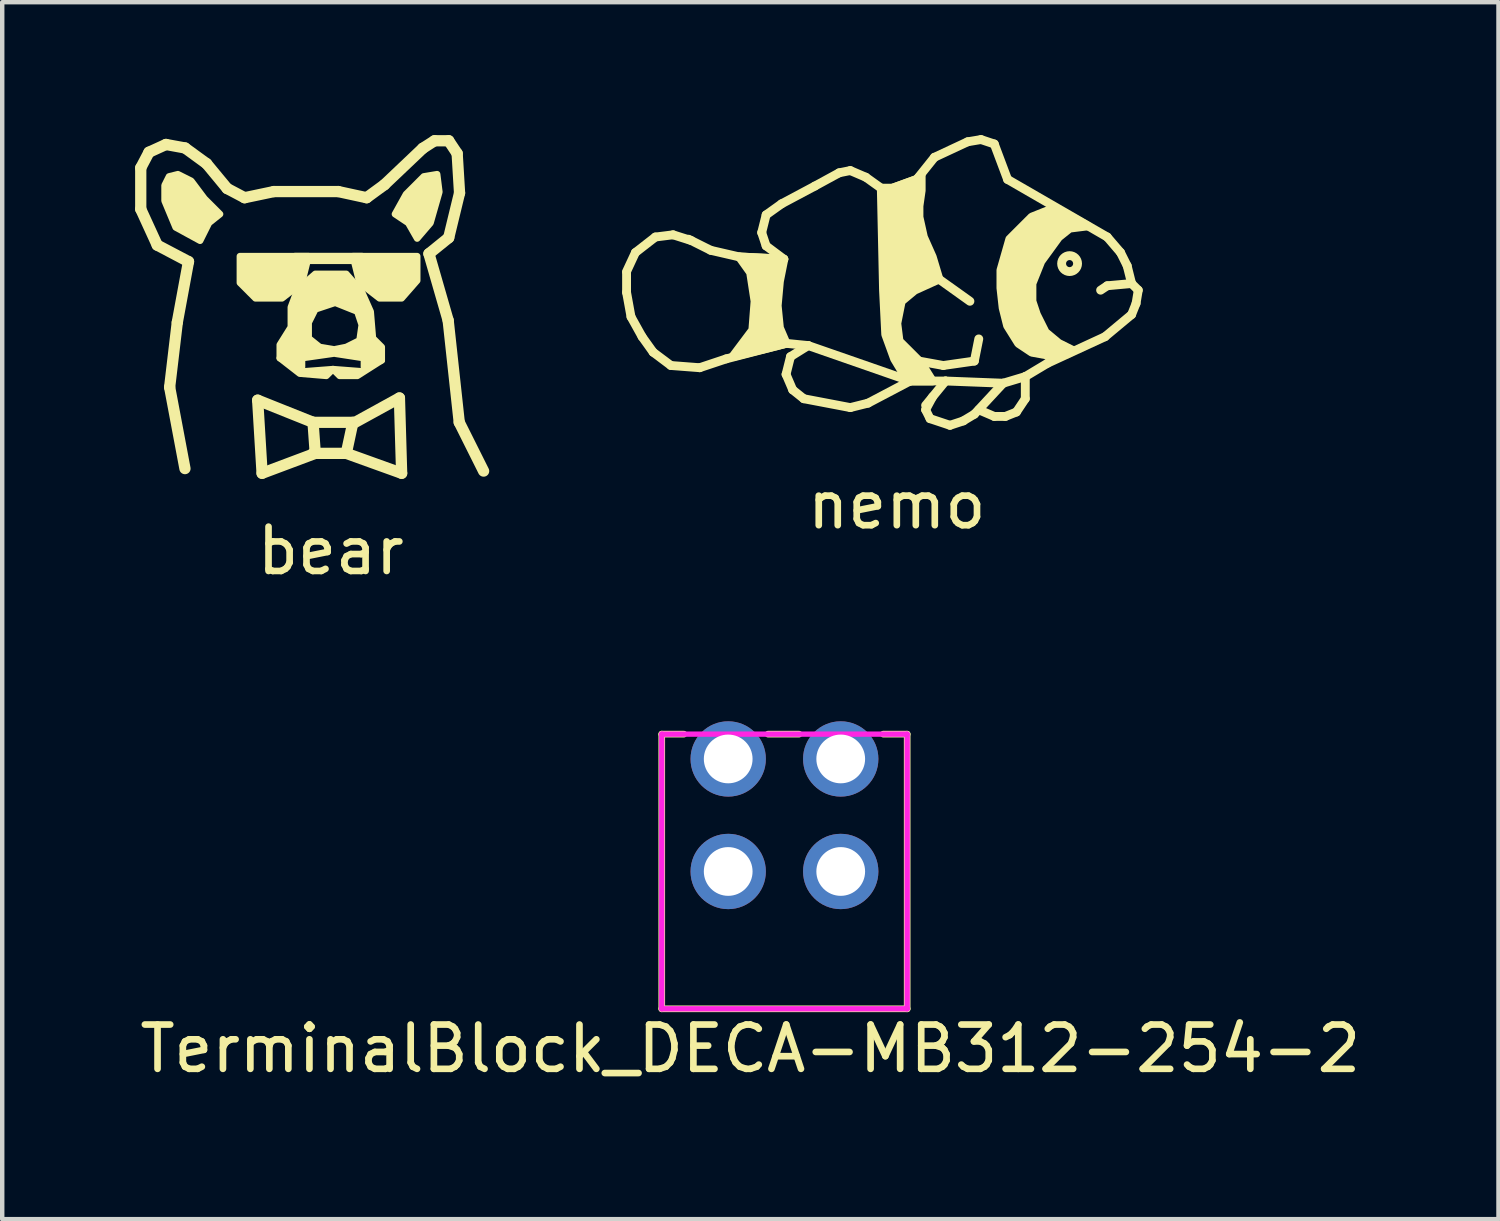
<source format=kicad_pcb>
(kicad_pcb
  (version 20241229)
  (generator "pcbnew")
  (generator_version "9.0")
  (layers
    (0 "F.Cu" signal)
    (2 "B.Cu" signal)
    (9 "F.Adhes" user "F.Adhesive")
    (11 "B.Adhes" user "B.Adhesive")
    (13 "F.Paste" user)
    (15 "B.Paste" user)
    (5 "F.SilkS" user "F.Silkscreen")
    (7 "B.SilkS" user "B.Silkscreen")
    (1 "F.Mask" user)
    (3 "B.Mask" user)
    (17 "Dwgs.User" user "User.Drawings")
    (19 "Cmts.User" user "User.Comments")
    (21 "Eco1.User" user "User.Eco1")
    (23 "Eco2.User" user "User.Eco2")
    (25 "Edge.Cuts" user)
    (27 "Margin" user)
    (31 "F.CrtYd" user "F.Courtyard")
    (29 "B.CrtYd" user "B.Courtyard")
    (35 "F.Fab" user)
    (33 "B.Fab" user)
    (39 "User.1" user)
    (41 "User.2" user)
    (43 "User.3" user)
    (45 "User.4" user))
  (footprint "nemo"
    (layer "F.Cu")
    (at 17.193 5.7)
    (property "Reference" "nemo" (at 0 2.65 0) (layer "F.SilkS") (effects (font (size 1 1) (thickness 0.15))))
    (attr through_hole)
    (fp_line (start -6.1 -2.621) (end -5.9 -3.05) (stroke (width 0.2) (type solid)) (layer "F.SilkS"))
    (fp_line (start -6.1 -2.15) (end -6.1 -2.6) (stroke (width 0.2) (type solid)) (layer "F.SilkS"))
    (fp_line (start -6 -1.6) (end -6.1 -2.15) (stroke (width 0.2) (type solid)) (layer "F.SilkS"))
    (fp_line (start -5.9 -3.05) (end -5.45 -3.4) (stroke (width 0.2) (type solid)) (layer "F.SilkS"))
    (fp_line (start -5.75 -1.15) (end -6 -1.6) (stroke (width 0.2) (type solid)) (layer "F.SilkS"))
    (fp_line (start -5.5 -0.8) (end -5.75 -1.15) (stroke (width 0.2) (type solid)) (layer "F.SilkS"))
    (fp_line (start -5.45 -3.4) (end -5.05 -3.45) (stroke (width 0.2) (type solid)) (layer "F.SilkS"))
    (fp_line (start -5.1 -0.5) (end -5.5 -0.8) (stroke (width 0.2) (type solid)) (layer "F.SilkS"))
    (fp_line (start -5.05 -3.45) (end -4.64 -3.32) (stroke (width 0.2) (type solid)) (layer "F.SilkS"))
    (fp_line (start -4.7 -3.35) (end -4.2 -3.1) (stroke (width 0.2) (type solid)) (layer "F.SilkS"))
    (fp_line (start -4.45 -0.45) (end -5.1 -0.5) (stroke (width 0.2) (type solid)) (layer "F.SilkS"))
    (fp_line (start -4.2 -3.1) (end -3.55 -2.95) (stroke (width 0.2) (type solid)) (layer "F.SilkS"))
    (fp_line (start -3.85 -0.65) (end -4.45 -0.45) (stroke (width 0.2) (type solid)) (layer "F.SilkS"))
    (fp_line (start -3.55 -2.95) (end -2.55 -2.9) (stroke (width 0.2) (type solid)) (layer "F.SilkS"))
    (fp_line (start -3.05 -3.5) (end -2.95 -3.9) (stroke (width 0.2) (type solid)) (layer "F.SilkS"))
    (fp_line (start -2.95 -3.9) (end -2.6 -4.15) (stroke (width 0.2) (type solid)) (layer "F.SilkS"))
    (fp_line (start -2.95 -3.2) (end -3.05 -3.5) (stroke (width 0.2) (type solid)) (layer "F.SilkS"))
    (fp_line (start -2.6 -4.15) (end -1.85 -4.55) (stroke (width 0.2) (type solid)) (layer "F.SilkS"))
    (fp_line (start -2.55 -2.9) (end -2.95 -3.2) (stroke (width 0.2) (type solid)) (layer "F.SilkS"))
    (fp_line (start -2.5 -1) (end -3.85 -0.65) (stroke (width 0.2) (type solid)) (layer "F.SilkS"))
    (fp_line (start -2.5 -0.3) (end -2.4 -0.7) (stroke (width 0.2) (type solid)) (layer "F.SilkS"))
    (fp_line (start -2.4 -0.7) (end -2 -0.95) (stroke (width 0.2) (type solid)) (layer "F.SilkS"))
    (fp_line (start -2.35 0.05) (end -2.5 -0.3) (stroke (width 0.2) (type solid)) (layer "F.SilkS"))
    (fp_line (start -2.1 0.25) (end -2.35 0.05) (stroke (width 0.2) (type solid)) (layer "F.SilkS"))
    (fp_line (start -2 -0.95) (end -2.5 -1) (stroke (width 0.2) (type solid)) (layer "F.SilkS"))
    (fp_line (start -1.85 -4.55) (end -1.3 -4.85) (stroke (width 0.2) (type solid)) (layer "F.SilkS"))
    (fp_line (start -1.3 -4.85) (end -1.05 -4.9) (stroke (width 0.2) (type solid)) (layer "F.SilkS"))
    (fp_line (start -1.05 -4.9) (end -0.7 -4.75) (stroke (width 0.2) (type solid)) (layer "F.SilkS"))
    (fp_line (start -1.05 0.45) (end -2.1 0.25) (stroke (width 0.2) (type solid)) (layer "F.SilkS"))
    (fp_line (start -0.7 -4.75) (end -0.35 -4.5) (stroke (width 0.2) (type solid)) (layer "F.SilkS"))
    (fp_line (start -0.65 0.35) (end -1.05 0.45) (stroke (width 0.2) (type solid)) (layer "F.SilkS"))
    (fp_line (start -0.35 -4.5) (end -0.1 -4.5) (stroke (width 0.2) (type solid)) (layer "F.SilkS"))
    (fp_line (start -0.1 -4.5) (end 0.45 -4.7) (stroke (width 0.2) (type solid)) (layer "F.SilkS"))
    (fp_line (start 0.3 -0.15) (end -2 -0.95) (stroke (width 0.2) (type solid)) (layer "F.SilkS"))
    (fp_line (start 0.3 -0.15) (end -0.65 0.35) (stroke (width 0.2) (type solid)) (layer "F.SilkS"))
    (fp_line (start 0.45 -4.7) (end 0.85 -5.2) (stroke (width 0.2) (type solid)) (layer "F.SilkS"))
    (fp_line (start 0.5 -0.6) (end 1.05 -0.5) (stroke (width 0.2) (type solid)) (layer "F.SilkS"))
    (fp_line (start 0.65 0.4) (end 1.1 -0.15) (stroke (width 0.2) (type solid)) (layer "F.SilkS"))
    (fp_line (start 0.65 0.5) (end 0.808 0.207) (stroke (width 0.2) (type solid)) (layer "F.SilkS"))
    (fp_line (start 0.75 0.7) (end 0.65 0.5) (stroke (width 0.2) (type solid)) (layer "F.SilkS"))
    (fp_line (start 0.85 -5.2) (end 1.6 -5.55) (stroke (width 0.2) (type solid)) (layer "F.SilkS"))
    (fp_line (start 0.95 -2.45) (end 1.65 -1.95) (stroke (width 0.2) (type solid)) (layer "F.SilkS"))
    (fp_line (start 1.05 -0.5) (end 1.75 -0.6) (stroke (width 0.2) (type solid)) (layer "F.SilkS"))
    (fp_line (start 1.1 -0.15) (end 0.3 -0.15) (stroke (width 0.2) (type solid)) (layer "F.SilkS"))
    (fp_line (start 1.1 -0.15) (end 2.4 -0.1) (stroke (width 0.2) (type solid)) (layer "F.SilkS"))
    (fp_line (start 1.2 0.85) (end 0.75 0.7) (stroke (width 0.2) (type solid)) (layer "F.SilkS"))
    (fp_line (start 1.505 0.75) (end 1.2 0.85) (stroke (width 0.2) (type solid)) (layer "F.SilkS"))
    (fp_line (start 1.6 -5.55) (end 1.9 -5.6) (stroke (width 0.2) (type solid)) (layer "F.SilkS"))
    (fp_line (start 1.75 -0.6) (end 1.85 -1.1) (stroke (width 0.2) (type solid)) (layer "F.SilkS"))
    (fp_line (start 1.75 0.6) (end 1.5 0.75) (stroke (width 0.2) (type solid)) (layer "F.SilkS"))
    (fp_line (start 1.9 -5.6) (end 2.2 -5.5) (stroke (width 0.2) (type solid)) (layer "F.SilkS"))
    (fp_line (start 2.2 -5.5) (end 2.5 -4.7) (stroke (width 0.2) (type solid)) (layer "F.SilkS"))
    (fp_line (start 2.2 0.65) (end 1.85 0.5) (stroke (width 0.2) (type solid)) (layer "F.SilkS"))
    (fp_line (start 2.4 -0.1) (end 1.75 0.6) (stroke (width 0.2) (type solid)) (layer "F.SilkS"))
    (fp_line (start 2.45 0.65) (end 2.2 0.65) (stroke (width 0.2) (type solid)) (layer "F.SilkS"))
    (fp_line (start 2.5 -4.7) (end 4.75 -3.4) (stroke (width 0.2) (type solid)) (layer "F.SilkS"))
    (fp_line (start 2.7 0.55) (end 2.45 0.65) (stroke (width 0.2) (type solid)) (layer "F.SilkS"))
    (fp_line (start 2.9 -0.25) (end 2.4 -0.1) (stroke (width 0.2) (type solid)) (layer "F.SilkS"))
    (fp_line (start 2.9 -0.25) (end 2.9 0.25) (stroke (width 0.2) (type solid)) (layer "F.SilkS"))
    (fp_line (start 2.9 0.25) (end 2.7 0.55) (stroke (width 0.2) (type solid)) (layer "F.SilkS"))
    (fp_line (start 3.4 -0.55) (end 2.9 -0.25) (stroke (width 0.2) (type solid)) (layer "F.SilkS"))
    (fp_line (start 4.7 -1.15) (end 3.4 -0.55) (stroke (width 0.2) (type solid)) (layer "F.SilkS"))
    (fp_line (start 4.75 -3.4) (end 5.05 -3.05) (stroke (width 0.2) (type solid)) (layer "F.SilkS"))
    (fp_line (start 4.75 -2.3) (end 4.6 -2.2) (stroke (width 0.2) (type solid)) (layer "F.SilkS"))
    (fp_line (start 5.05 -3.05) (end 5.2 -2.75) (stroke (width 0.2) (type solid)) (layer "F.SilkS"))
    (fp_line (start 5.2 -2.75) (end 5.3 -2.35) (stroke (width 0.2) (type solid)) (layer "F.SilkS"))
    (fp_line (start 5.3 -2.35) (end 4.75 -2.3) (stroke (width 0.2) (type solid)) (layer "F.SilkS"))
    (fp_line (start 5.3 -2.35) (end 5.45 -2.2) (stroke (width 0.2) (type solid)) (layer "F.SilkS"))
    (fp_line (start 5.3 -1.65) (end 4.7 -1.15) (stroke (width 0.2) (type solid)) (layer "F.SilkS"))
    (fp_line (start 5.4 -1.9) (end 5.3 -1.65) (stroke (width 0.2) (type solid)) (layer "F.SilkS"))
    (fp_line (start 5.45 -2.2) (end 5.4 -1.9) (stroke (width 0.2) (type solid)) (layer "F.SilkS"))
    (fp_circle (center 3.9 -2.8) (end 4.08 -2.8) (stroke (width 0.2) (type solid)) (fill no) (layer "F.SilkS"))
    (fp_poly (pts (xy -2.55 -2.9) (xy -2.65 -2.4) (xy -2.7 -1.85) (xy -2.65 -1.35) (xy -2.5 -1) (xy -3.7 -0.7) (xy -3.25 -1.3) (xy -3.2 -1.95) (xy -3.3 -2.6) (xy -3.55 -2.95)) (stroke (width 0.2) (type solid)) (fill yes) (layer "F.SilkS"))
    (fp_poly (pts (xy 0.55 -4.45) (xy 0.5 -4.1) (xy 0.5 -3.85) (xy 0.6 -3.4) (xy 0.8 -2.95) (xy 0.95 -2.45) (xy 0.4 -2.2) (xy 0.1 -1.95) (xy 0 -1.45) (xy 0.05 -1.05) (xy 0.55 -0.55) (xy 0.8 -0.15) (xy 0.25 -0.15) (xy -0.05 -0.65) (xy -0.25 -1.2) (xy -0.3 -2.2) (xy -0.35 -4.5) (xy -0.1 -4.5) (xy 0.45 -4.7) (xy 0.55 -4.8)) (stroke (width 0.2) (type solid)) (fill yes) (layer "F.SilkS"))
    (fp_poly (pts (xy 3.85 -3.9) (xy 4.3 -3.65) (xy 3.9 -3.6) (xy 3.65 -3.4) (xy 3.25 -2.85) (xy 3.05 -2.35) (xy 3.05 -1.95) (xy 3.15 -1.65) (xy 3.35 -1.25) (xy 3.65 -1) (xy 3.95 -0.85) (xy 3.6 -0.7) (xy 3.05 -0.8) (xy 2.75 -1) (xy 2.5 -1.4) (xy 2.4 -1.8) (xy 2.35 -2.25) (xy 2.35 -2.65) (xy 2.55 -3.35) (xy 3.05 -3.85) (xy 3.55 -4.05)) (stroke (width 0.2) (type solid)) (fill yes) (layer "F.SilkS")))
  (footprint "TerminalBlock_DECA-MB312-254-2"
    (layer "F.Cu")
    (at 13.387 16.621)
    (property "Reference" "TerminalBlock_DECA-MB312-254-2" (at 0.5 4 0) (layer "F.SilkS") (effects (font (size 1 1) (thickness 0.15))))
    (attr through_hole)
    (fp_line (start -1.5 -3.1) (end -1.5 3.1) (stroke (width 0.15) (type solid)) (layer "F.SilkS"))
    (fp_line (start -1.5 3.1) (end 4.04 3.1) (stroke (width 0.15) (type solid)) (layer "F.SilkS"))
    (fp_line (start -1 -3.1) (end -1.5 -3.1) (stroke (width 0.15) (type solid)) (layer "F.SilkS"))
    (fp_line (start 0.9 -3.1) (end 1.6 -3.1) (stroke (width 0.15) (type solid)) (layer "F.SilkS"))
    (fp_line (start 4.04 -3.1) (end 3.5 -3.1) (stroke (width 0.15) (type solid)) (layer "F.SilkS"))
    (fp_line (start 4.04 3.1) (end 4.04 -3.1) (stroke (width 0.15) (type solid)) (layer "F.SilkS"))
    (fp_line (start -1.5 -3.1) (end 4.04 -3.1) (stroke (width 0.12) (type solid)) (layer "F.CrtYd"))
    (fp_line (start -1.5 3.1) (end -1.5 -3.1) (stroke (width 0.12) (type solid)) (layer "F.CrtYd"))
    (fp_line (start 4.04 -3.1) (end 4.04 3.1) (stroke (width 0.12) (type solid)) (layer "F.CrtYd"))
    (fp_line (start 4.04 3.1) (end -1.5 3.1) (stroke (width 0.12) (type solid)) (layer "F.CrtYd"))
    (pad "1" thru_hole circle (at 0 0) (size 1.7 1.7) (drill 1.1) (layers "*.Cu" "*.Mask"))
    (pad "2" thru_hole circle (at 2.54 0) (size 1.7 1.7) (drill 1.1) (layers "*.Cu" "*.Mask"))
    (pad "mnt" thru_hole circle (at 0 -2.54) (size 1.7 1.7) (drill 1.1) (layers "*.Cu" "*.Mask"))
    (pad "mnt" thru_hole circle (at 2.54 -2.54) (size 1.7 1.7) (drill 1.1) (layers "*.Cu" "*.Mask")))
  (footprint "bear"
    (layer "F.Cu")
    (at 4.316 6.633)
    (property "Reference" "bear" (at 0.1 2.75 0) (layer "F.SilkS") (effects (font (size 1 1) (thickness 0.15))))
    (attr through_hole)
    (fp_line (start -4.189 -5.894) (end -4.003 -6.247) (stroke (width 0.254) (type solid)) (layer "F.SilkS"))
    (fp_line (start -4.189 -4.962) (end -4.189 -5.894) (stroke (width 0.254) (type solid)) (layer "F.SilkS"))
    (fp_line (start -4.003 -6.247) (end -3.62 -6.422) (stroke (width 0.254) (type solid)) (layer "F.SilkS"))
    (fp_line (start -3.817 -4.15) (end -4.189 -4.962) (stroke (width 0.254) (type solid)) (layer "F.SilkS"))
    (fp_line (start -3.62 -6.422) (end -3.189 -6.343) (stroke (width 0.254) (type solid)) (layer "F.SilkS"))
    (fp_line (start -3.537 -0.943) (end -3.364 -2.407) (stroke (width 0.254) (type solid)) (layer "F.SilkS"))
    (fp_line (start -3.364 -2.407) (end -3.111 -3.778) (stroke (width 0.254) (type solid)) (layer "F.SilkS"))
    (fp_line (start -3.191 0.894) (end -3.537 -0.943) (stroke (width 0.254) (type solid)) (layer "F.SilkS"))
    (fp_line (start -3.189 -6.343) (end -2.703 -5.989) (stroke (width 0.254) (type solid)) (layer "F.SilkS"))
    (fp_line (start -3.111 -3.778) (end -3.817 -4.15) (stroke (width 0.254) (type solid)) (layer "F.SilkS"))
    (fp_line (start -2.703 -5.989) (end -2.239 -5.428) (stroke (width 0.254) (type solid)) (layer "F.SilkS"))
    (fp_line (start -2.239 -5.428) (end -1.845 -5.22) (stroke (width 0.254) (type solid)) (layer "F.SilkS"))
    (fp_line (start -1.845 -5.22) (end -1.184 -5.359) (stroke (width 0.254) (type solid)) (layer "F.SilkS"))
    (fp_line (start -1.55 -0.65) (end -1.45 1) (stroke (width 0.254) (type solid)) (layer "F.SilkS"))
    (fp_line (start -1.55 -0.65) (end -0.3 -0.15) (stroke (width 0.254) (type solid)) (layer "F.SilkS"))
    (fp_line (start -1.184 -5.359) (end 0.269 -5.359) (stroke (width 0.254) (type solid)) (layer "F.SilkS"))
    (fp_line (start -0.7 -3.85) (end 0.8 -3.85) (stroke (width 0.254) (type solid)) (layer "F.SilkS"))
    (fp_line (start -0.3 -0.15) (end 0.6 -0.15) (stroke (width 0.254) (type solid)) (layer "F.SilkS"))
    (fp_line (start -0.25 0.55) (end -1.45 1) (stroke (width 0.254) (type solid)) (layer "F.SilkS"))
    (fp_line (start -0.25 0.55) (end -0.3 -0.15) (stroke (width 0.254) (type solid)) (layer "F.SilkS"))
    (fp_line (start 0.269 -5.359) (end 0.91 -5.22) (stroke (width 0.254) (type solid)) (layer "F.SilkS"))
    (fp_line (start 0.45 0.55) (end -0.3 0.55) (stroke (width 0.254) (type solid)) (layer "F.SilkS"))
    (fp_line (start 0.45 0.55) (end 0.6 -0.15) (stroke (width 0.254) (type solid)) (layer "F.SilkS"))
    (fp_line (start 0.65 -0.15) (end 1.65 -0.7) (stroke (width 0.254) (type solid)) (layer "F.SilkS"))
    (fp_line (start 0.91 -5.22) (end 1.311 -5.513) (stroke (width 0.254) (type solid)) (layer "F.SilkS"))
    (fp_line (start 1.311 -5.513) (end 2.178 -6.336) (stroke (width 0.254) (type solid)) (layer "F.SilkS"))
    (fp_line (start 1.65 -0.7) (end 1.7 1) (stroke (width 0.254) (type solid)) (layer "F.SilkS"))
    (fp_line (start 1.7 1) (end 0.45 0.55) (stroke (width 0.254) (type solid)) (layer "F.SilkS"))
    (fp_line (start 2.178 -6.336) (end 2.443 -6.506) (stroke (width 0.254) (type solid)) (layer "F.SilkS"))
    (fp_line (start 2.316 -3.956) (end 2.75 -2.45) (stroke (width 0.254) (type solid)) (layer "F.SilkS"))
    (fp_line (start 2.443 -6.506) (end 2.762 -6.506) (stroke (width 0.254) (type solid)) (layer "F.SilkS"))
    (fp_line (start 2.75 -2.45) (end 3 -0.15) (stroke (width 0.254) (type solid)) (layer "F.SilkS"))
    (fp_line (start 2.762 -6.506) (end 2.953 -6.219) (stroke (width 0.254) (type solid)) (layer "F.SilkS"))
    (fp_line (start 2.762 -4.317) (end 2.316 -3.956) (stroke (width 0.254) (type solid)) (layer "F.SilkS"))
    (fp_line (start 2.953 -6.219) (end 3.007 -5.327) (stroke (width 0.254) (type solid)) (layer "F.SilkS"))
    (fp_line (start 3 -0.15) (end 3.55 0.95) (stroke (width 0.254) (type solid)) (layer "F.SilkS"))
    (fp_line (start 3.007 -5.327) (end 2.762 -4.317) (stroke (width 0.254) (type solid)) (layer "F.SilkS"))
    (fp_poly (pts (xy -1.95 -3.9) (xy -0.4 -3.9) (xy -0.55 -3.3) (xy -1 -2.95) (xy -1.6 -2.95) (xy -1.95 -3.3)) (stroke (width 0.15) (type solid)) (fill yes) (layer "F.SilkS"))
    (fp_poly (pts (xy 0.6 -3.9) (xy 2.05 -3.9) (xy 2.05 -3.35) (xy 1.7 -2.95) (xy 1.2 -2.95) (xy 0.75 -3.3)) (stroke (width 0.15) (type solid)) (fill yes) (layer "F.SilkS"))
    (fp_poly (pts (xy -1.2 -3.8) (xy -1.3 -3.7) (xy -1.3 -3.5) (xy -1.2 -3.4) (xy -1 -3.4) (xy -0.9 -3.5) (xy -0.9 -3.7) (xy -1 -3.8)) (stroke (width 0.15) (type solid)) (fill yes) (layer "F.SilkS"))
    (fp_poly (pts (xy 1 -3.8) (xy 0.9 -3.7) (xy 0.9 -3.5) (xy 1 -3.4) (xy 1.2 -3.4) (xy 1.3 -3.5) (xy 1.3 -3.7) (xy 1.2 -3.8)) (stroke (width 0.15) (type solid)) (fill yes) (layer "F.SilkS"))
    (fp_poly (pts (xy 1.55 -4.85) (xy 1.8 -5.3) (xy 2.2 -5.7) (xy 2.5 -5.75) (xy 2.55 -5.35) (xy 2.35 -4.65) (xy 2.05 -4.3) (xy 1.85 -4.65)) (stroke (width 0.15) (type solid)) (fill yes) (layer "F.SilkS"))
    (fp_poly (pts (xy -2.85 -4.25) (xy -2.65 -4.65) (xy -2.4 -4.85) (xy -2.75 -5.2) (xy -3.05 -5.6) (xy -3.35 -5.75) (xy -3.55 -5.7) (xy -3.65 -5.5) (xy -3.65 -5.15) (xy -3.4 -4.55)) (stroke (width 0.15) (type solid)) (fill yes) (layer "F.SilkS"))
    (fp_poly (pts (xy -1.05 -1.6) (xy -0.6 -1.25) (xy 0 -1.2) (xy 0.15 -1.35) (xy 0.3 -1.2) (xy 0.7 -1.2) (xy 1.25 -1.55) (xy 0.8 -1.3) (xy 0.15 -1.35) (xy -0.5 -1.3)) (stroke (width 0.15) (type solid)) (fill yes) (layer "F.SilkS"))
    (fp_poly (pts (xy 0.2 -2.85) (xy -0.25 -2.7) (xy -0.4 -2.4) (xy -0.4 -2.05) (xy -0.15 -1.85) (xy 0.15 -1.8) (xy 0.15 -1.7) (xy -0.55 -1.6) (xy -0.55 -1.4) (xy -1.05 -1.6) (xy -1.05 -1.9) (xy -0.8 -2.3) (xy -0.8 -2.75) (xy -0.65 -3.15) (xy -0.25 -3.5) (xy 0.45 -3.5) (xy 0.8 -3.1) (xy 1 -2.65) (xy 1.05 -2.05) (xy 1.25 -1.85) (xy 1.25 -1.55) (xy 0.85 -1.4) (xy 0.85 -1.6) (xy 0.2 -1.7) (xy 0.2 -1.8) (xy 0.45 -1.85) (xy 0.75 -2) (xy 0.8 -2.35) (xy 0.7 -2.65)) (stroke (width 0.15) (type solid)) (fill yes) (layer "F.SilkS")))
  (gr_rect
    (start -3 -3)
    (end 30.774 24.469)
    (stroke (width 0.1) (type default))
    (fill no)
    (layer "Edge.Cuts")))
</source>
